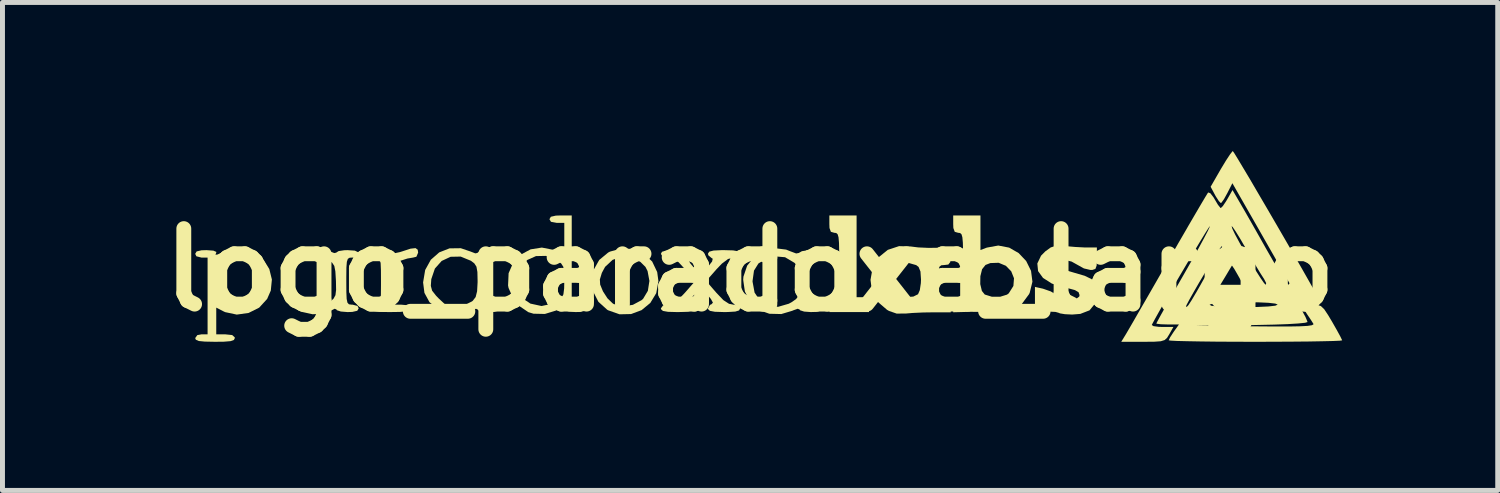
<source format=kicad_pcb>
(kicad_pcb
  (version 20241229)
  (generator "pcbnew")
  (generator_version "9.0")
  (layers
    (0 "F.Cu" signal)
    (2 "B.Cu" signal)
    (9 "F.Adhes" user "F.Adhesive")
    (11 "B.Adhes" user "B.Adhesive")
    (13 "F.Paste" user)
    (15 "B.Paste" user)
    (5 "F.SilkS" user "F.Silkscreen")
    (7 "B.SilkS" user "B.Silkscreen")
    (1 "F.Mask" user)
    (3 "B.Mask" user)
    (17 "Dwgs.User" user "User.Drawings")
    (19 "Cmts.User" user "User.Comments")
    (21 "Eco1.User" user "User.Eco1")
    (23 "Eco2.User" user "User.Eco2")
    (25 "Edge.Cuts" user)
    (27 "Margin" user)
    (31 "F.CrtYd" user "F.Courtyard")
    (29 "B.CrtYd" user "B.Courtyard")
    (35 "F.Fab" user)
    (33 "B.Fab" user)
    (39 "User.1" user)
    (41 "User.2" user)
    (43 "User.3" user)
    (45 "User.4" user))
  (footprint "logo_paradoxa_largo"
    (layer "F.Cu")
    (at 12.09 2.399)
    (property "Reference" "logo_paradoxa_largo" (at 0 0 0) (layer "F.SilkS") (effects (font (size 1.524 1.524) (thickness 0.3))))
    (attr board_only exclude_from_pos_files exclude_from_bom)
    (fp_poly (pts (xy 2.15 0.55) (xy 2.275 0.55) (xy 2.364 0.566) (xy 2.397 0.635) (xy 2.4 0.7) (xy 2.4 0.85) (xy 1.6 0.85) (xy 1.6 0.7) (xy 1.616 0.59) (xy 1.674 0.552) (xy 1.7 0.55) (xy 1.741 0.544) (xy 1.769 0.517) (xy 1.786 0.453) (xy 1.796 0.334) (xy 1.799 0.147) (xy 1.8 -0.1) (xy 1.799 -0.365) (xy 1.795 -0.547) (xy 1.785 -0.66) (xy 1.767 -0.721) (xy 1.738 -0.746) (xy 1.7 -0.75) (xy 1.631 -0.77) (xy 1.603 -0.846) (xy 1.6 -0.925) (xy 1.6 -1.1) (xy 2.15 -1.1)) (stroke (width 0) (type solid)) (fill yes) (layer "F.SilkS"))
    (fp_poly (pts (xy -2.349 -0.42) (xy -2.14 -0.327) (xy -1.976 -0.17) (xy -1.875 0.042) (xy -1.85 0.225) (xy -1.894 0.468) (xy -2.014 0.666) (xy -2.19 0.811) (xy -2.403 0.89) (xy -2.635 0.895) (xy -2.867 0.813) (xy -2.885 0.802) (xy -3.062 0.642) (xy -3.165 0.44) (xy -3.196 0.216) (xy -3.192 0.191) (xy -3.032 0.191) (xy -3.026 0.295) (xy -2.971 0.428) (xy -2.968 0.434) (xy -2.879 0.572) (xy -2.774 0.674) (xy -2.75 0.689) (xy -2.567 0.733) (xy -2.366 0.704) (xy -2.189 0.609) (xy -2.159 0.582) (xy -2.063 0.421) (xy -2.032 0.221) (xy -2.069 0.022) (xy -2.112 -0.062) (xy -2.218 -0.166) (xy -2.362 -0.245) (xy -2.374 -0.25) (xy -2.582 -0.27) (xy -2.775 -0.204) (xy -2.927 -0.062) (xy -2.992 0.059) (xy -3.032 0.191) (xy -3.192 0.191) (xy -3.156 -0.005) (xy -3.045 -0.202) (xy -2.865 -0.351) (xy -2.829 -0.37) (xy -2.585 -0.438)) (stroke (width 0) (type solid)) (fill yes) (layer "F.SilkS"))
    (fp_poly (pts (xy -6.709 -0.409) (xy -6.7 -0.35) (xy -6.735 -0.267) (xy -6.802 -0.25) (xy -6.916 -0.231) (xy -7.059 -0.185) (xy -7.077 -0.178) (xy -7.25 -0.105) (xy -7.25 0.7) (xy -7.05 0.7) (xy -6.911 0.712) (xy -6.854 0.753) (xy -6.85 0.775) (xy -6.868 0.812) (xy -6.934 0.835) (xy -7.066 0.847) (xy -7.275 0.85) (xy -7.487 0.847) (xy -7.618 0.835) (xy -7.683 0.812) (xy -7.7 0.775) (xy -7.657 0.715) (xy -7.575 0.7) (xy -7.517 0.697) (xy -7.481 0.674) (xy -7.461 0.614) (xy -7.452 0.497) (xy -7.45 0.305) (xy -7.45 0.225) (xy -7.451 0.005) (xy -7.457 -0.134) (xy -7.473 -0.21) (xy -7.503 -0.243) (xy -7.554 -0.25) (xy -7.575 -0.25) (xy -7.676 -0.276) (xy -7.7 -0.325) (xy -7.67 -0.375) (xy -7.568 -0.397) (xy -7.479 -0.4) (xy -7.342 -0.39) (xy -7.255 -0.365) (xy -7.242 -0.351) (xy -7.187 -0.335) (xy -7.066 -0.361) (xy -7.025 -0.374) (xy -6.853 -0.43) (xy -6.753 -0.441)) (stroke (width 0) (type solid)) (fill yes) (layer "F.SilkS"))
    (fp_poly (pts (xy 3.241 -0.474) (xy 3.394 -0.455) (xy 3.595 -0.446) (xy 3.737 -0.447) (xy 4.05 -0.457) (xy 4.05 -0.278) (xy 4.041 -0.159) (xy 4.001 -0.109) (xy 3.925 -0.1) (xy 3.858 -0.094) (xy 3.82 -0.062) (xy 3.804 0.019) (xy 3.8 0.172) (xy 3.8 0.225) (xy 3.802 0.4) (xy 3.815 0.497) (xy 3.846 0.54) (xy 3.905 0.55) (xy 3.925 0.55) (xy 4.014 0.566) (xy 4.047 0.633) (xy 4.05 0.703) (xy 4.05 0.855) (xy 3.712 0.855) (xy 3.496 0.858) (xy 3.281 0.868) (xy 3.15 0.879) (xy 2.959 0.881) (xy 2.804 0.827) (xy 2.765 0.805) (xy 2.568 0.636) (xy 2.46 0.427) (xy 2.433 0.218) (xy 2.802 0.218) (xy 2.834 0.378) (xy 2.883 0.459) (xy 2.993 0.522) (xy 3.146 0.549) (xy 3.296 0.537) (xy 3.39 0.49) (xy 3.426 0.407) (xy 3.447 0.266) (xy 3.45 0.192) (xy 3.439 0.031) (xy 3.401 -0.061) (xy 3.353 -0.098) (xy 3.184 -0.146) (xy 3.01 -0.13) (xy 2.891 -0.067) (xy 2.822 0.054) (xy 2.802 0.218) (xy 2.433 0.218) (xy 2.431 0.199) (xy 2.475 -0.052) (xy 2.597 -0.258) (xy 2.78 -0.406) (xy 3.007 -0.481)) (stroke (width 0) (type solid)) (fill yes) (layer "F.SilkS"))
    (fp_poly (pts (xy 6.318 -0.486) (xy 6.371 -0.481) (xy 6.565 -0.464) (xy 6.753 -0.454) (xy 6.812 -0.454) (xy 7 -0.454) (xy 7 -0.227) (xy 6.995 -0.088) (xy 6.97 -0.021) (xy 6.91 -0.001) (xy 6.87 0) (xy 6.738 -0.031) (xy 6.614 -0.1) (xy 6.49 -0.169) (xy 6.363 -0.2) (xy 6.26 -0.191) (xy 6.209 -0.142) (xy 6.209 -0.114) (xy 6.265 -0.047) (xy 6.411 0.017) (xy 6.536 0.054) (xy 6.755 0.118) (xy 6.893 0.185) (xy 6.967 0.268) (xy 6.997 0.387) (xy 7 0.477) (xy 6.963 0.679) (xy 6.852 0.815) (xy 6.665 0.887) (xy 6.502 0.9) (xy 6.355 0.893) (xy 6.254 0.876) (xy 6.232 0.866) (xy 6.166 0.847) (xy 6.037 0.841) (xy 5.974 0.843) (xy 5.75 0.855) (xy 5.75 0.342) (xy 5.912 0.378) (xy 6.069 0.433) (xy 6.194 0.507) (xy 6.321 0.574) (xy 6.458 0.601) (xy 6.576 0.589) (xy 6.644 0.537) (xy 6.65 0.507) (xy 6.63 0.449) (xy 6.556 0.406) (xy 6.408 0.366) (xy 6.344 0.353) (xy 6.092 0.275) (xy 5.913 0.161) (xy 5.813 0.023) (xy 5.798 -0.131) (xy 5.873 -0.288) (xy 5.959 -0.375) (xy 6.069 -0.455) (xy 6.174 -0.488)) (stroke (width 0) (type solid)) (fill yes) (layer "F.SilkS"))
    (fp_poly (pts (xy -3.6 0.7) (xy -3.45 0.7) (xy -3.331 0.722) (xy -3.3 0.775) (xy -3.33 0.825) (xy -3.432 0.847) (xy -3.521 0.85) (xy -3.658 0.839) (xy -3.746 0.812) (xy -3.759 0.797) (xy -3.813 0.778) (xy -3.926 0.822) (xy -4.142 0.888) (xy -4.371 0.883) (xy -4.475 0.852) (xy -4.645 0.737) (xy -4.788 0.561) (xy -4.875 0.363) (xy -4.885 0.313) (xy -4.88 0.206) (xy -4.7 0.206) (xy -4.675 0.424) (xy -4.591 0.574) (xy -4.437 0.677) (xy -4.434 0.679) (xy -4.209 0.728) (xy -3.982 0.679) (xy -3.875 0.621) (xy -3.806 0.564) (xy -3.768 0.492) (xy -3.753 0.373) (xy -3.75 0.219) (xy -3.753 0.043) (xy -3.77 -0.064) (xy -3.814 -0.132) (xy -3.894 -0.192) (xy -3.913 -0.203) (xy -4.119 -0.284) (xy -4.321 -0.28) (xy -4.498 -0.201) (xy -4.63 -0.059) (xy -4.696 0.138) (xy -4.7 0.206) (xy -4.88 0.206) (xy -4.874 0.066) (xy -4.782 -0.145) (xy -4.629 -0.31) (xy -4.43 -0.416) (xy -4.203 -0.452) (xy -3.966 -0.405) (xy -3.898 -0.374) (xy -3.75 -0.297) (xy -3.75 -0.95) (xy -3.9 -0.95) (xy -4.019 -0.972) (xy -4.05 -1.025) (xy -4.021 -1.074) (xy -3.92 -1.097) (xy -3.825 -1.1) (xy -3.6 -1.1)) (stroke (width 0) (type solid)) (fill yes) (layer "F.SilkS"))
    (fp_poly (pts (xy 4.65 -0.402) (xy 4.778 -0.451) (xy 5.01 -0.493) (xy 5.229 -0.451) (xy 5.421 -0.341) (xy 5.573 -0.18) (xy 5.671 0.018) (xy 5.699 0.237) (xy 5.644 0.461) (xy 5.63 0.49) (xy 5.468 0.709) (xy 5.258 0.844) (xy 5.091 0.886) (xy 4.951 0.892) (xy 4.855 0.881) (xy 4.839 0.873) (xy 4.774 0.856) (xy 4.638 0.846) (xy 4.46 0.845) (xy 4.451 0.845) (xy 4.1 0.854) (xy 4.1 0.702) (xy 4.115 0.591) (xy 4.172 0.552) (xy 4.2 0.55) (xy 4.241 0.544) (xy 4.269 0.517) (xy 4.286 0.453) (xy 4.296 0.334) (xy 4.296 0.286) (xy 4.646 0.286) (xy 4.679 0.424) (xy 4.737 0.496) (xy 4.882 0.541) (xy 5.047 0.541) (xy 5.186 0.498) (xy 5.221 0.472) (xy 5.315 0.323) (xy 5.327 0.168) (xy 5.271 0.027) (xy 5.163 -0.084) (xy 5.017 -0.145) (xy 4.849 -0.139) (xy 4.752 -0.101) (xy 4.683 -0.015) (xy 4.648 0.127) (xy 4.646 0.286) (xy 4.296 0.286) (xy 4.299 0.147) (xy 4.3 -0.1) (xy 4.299 -0.365) (xy 4.295 -0.547) (xy 4.285 -0.66) (xy 4.267 -0.721) (xy 4.238 -0.746) (xy 4.2 -0.75) (xy 4.131 -0.77) (xy 4.103 -0.846) (xy 4.1 -0.925) (xy 4.1 -1.1) (xy 4.65 -1.1)) (stroke (width 0) (type solid)) (fill yes) (layer "F.SilkS"))
    (fp_poly (pts (xy 0.728 -0.411) (xy 0.807 -0.379) (xy 0.93 -0.333) (xy 0.989 -0.344) (xy 0.991 -0.348) (xy 1.047 -0.379) (xy 1.167 -0.398) (xy 1.229 -0.4) (xy 1.376 -0.39) (xy 1.442 -0.355) (xy 1.45 -0.325) (xy 1.405 -0.265) (xy 1.3 -0.25) (xy 1.15 -0.25) (xy 1.15 0.7) (xy 1.3 0.7) (xy 1.419 0.722) (xy 1.45 0.775) (xy 1.421 0.824) (xy 1.32 0.847) (xy 1.225 0.85) (xy 1.091 0.84) (xy 1.01 0.814) (xy 1 0.799) (xy 0.962 0.783) (xy 0.866 0.817) (xy 0.852 0.824) (xy 0.63 0.89) (xy 0.389 0.884) (xy 0.174 0.807) (xy 0.171 0.806) (xy 0.003 0.649) (xy -0.105 0.435) (xy -0.134 0.236) (xy 0.05 0.236) (xy 0.091 0.457) (xy 0.202 0.622) (xy 0.366 0.72) (xy 0.565 0.744) (xy 0.78 0.682) (xy 0.838 0.651) (xy 0.928 0.588) (xy 0.977 0.522) (xy 0.996 0.419) (xy 1 0.253) (xy 0.992 0.067) (xy 0.963 -0.051) (xy 0.905 -0.135) (xy 0.893 -0.146) (xy 0.706 -0.257) (xy 0.491 -0.275) (xy 0.334 -0.232) (xy 0.169 -0.131) (xy 0.079 0.013) (xy 0.05 0.222) (xy 0.05 0.236) (xy -0.134 0.236) (xy -0.139 0.197) (xy -0.134 0.135) (xy -0.059 -0.087) (xy 0.086 -0.265) (xy 0.281 -0.386) (xy 0.502 -0.439)) (stroke (width 0) (type solid)) (fill yes) (layer "F.SilkS"))
    (fp_poly (pts (xy -10.175 -0.43) (xy -9.978 -0.344) (xy -9.817 -0.202) (xy -9.704 -0.018) (xy -9.652 0.193) (xy -9.674 0.416) (xy -9.748 0.585) (xy -9.909 0.761) (xy -10.123 0.868) (xy -10.361 0.901) (xy -10.596 0.851) (xy -10.64 0.83) (xy -10.775 0.76) (xy -10.775 1.3) (xy -10.588 1.3) (xy -10.453 1.314) (xy -10.402 1.36) (xy -10.4 1.375) (xy -10.419 1.413) (xy -10.487 1.437) (xy -10.623 1.448) (xy -10.8 1.45) (xy -11.005 1.446) (xy -11.128 1.434) (xy -11.187 1.408) (xy -11.2 1.375) (xy -11.157 1.315) (xy -11.075 1.3) (xy -10.95 1.3) (xy -10.95 0.428) (xy -10.768 0.428) (xy -10.753 0.533) (xy -10.711 0.598) (xy -10.632 0.656) (xy -10.625 0.661) (xy -10.444 0.726) (xy -10.241 0.727) (xy -10.059 0.667) (xy -9.998 0.623) (xy -9.873 0.452) (xy -9.828 0.256) (xy -9.858 0.06) (xy -9.959 -0.111) (xy -10.128 -0.229) (xy -10.128 -0.23) (xy -10.354 -0.288) (xy -10.535 -0.258) (xy -10.666 -0.143) (xy -10.745 0.054) (xy -10.767 0.255) (xy -10.768 0.428) (xy -10.95 0.428) (xy -10.95 -0.25) (xy -11.075 -0.25) (xy -11.176 -0.276) (xy -11.2 -0.325) (xy -11.171 -0.374) (xy -11.072 -0.397) (xy -10.972 -0.4) (xy -10.833 -0.39) (xy -10.773 -0.364) (xy -10.775 -0.35) (xy -10.791 -0.307) (xy -10.749 -0.312) (xy -10.635 -0.366) (xy -10.618 -0.375) (xy -10.392 -0.445)) (stroke (width 0) (type solid)) (fill yes) (layer "F.SilkS"))
    (fp_poly (pts (xy -8.591 -0.42) (xy -8.488 -0.378) (xy -8.393 -0.341) (xy -8.35 -0.35) (xy -8.35 -0.353) (xy -8.305 -0.381) (xy -8.192 -0.398) (xy -8.125 -0.4) (xy -7.977 -0.39) (xy -7.909 -0.357) (xy -7.9 -0.325) (xy -7.943 -0.265) (xy -8.025 -0.25) (xy -8.083 -0.247) (xy -8.119 -0.224) (xy -8.139 -0.164) (xy -8.148 -0.047) (xy -8.15 0.145) (xy -8.15 0.225) (xy -8.149 0.445) (xy -8.143 0.584) (xy -8.127 0.66) (xy -8.097 0.693) (xy -8.046 0.7) (xy -8.025 0.7) (xy -7.924 0.726) (xy -7.9 0.775) (xy -7.929 0.824) (xy -8.03 0.847) (xy -8.125 0.85) (xy -8.26 0.839) (xy -8.34 0.813) (xy -8.35 0.797) (xy -8.384 0.783) (xy -8.461 0.822) (xy -8.625 0.885) (xy -8.83 0.894) (xy -9.036 0.849) (xy -9.135 0.802) (xy -9.313 0.642) (xy -9.417 0.44) (xy -9.448 0.225) (xy -9.275 0.225) (xy -9.264 0.385) (xy -9.216 0.495) (xy -9.112 0.604) (xy -8.918 0.722) (xy -8.716 0.746) (xy -8.522 0.675) (xy -8.48 0.645) (xy -8.408 0.58) (xy -8.369 0.509) (xy -8.356 0.402) (xy -8.359 0.228) (xy -8.36 0.207) (xy -8.371 0.028) (xy -8.392 -0.08) (xy -8.435 -0.146) (xy -8.515 -0.2) (xy -8.553 -0.22) (xy -8.747 -0.285) (xy -8.932 -0.259) (xy -9.123 -0.139) (xy -9.135 -0.129) (xy -9.226 -0.031) (xy -9.267 0.083) (xy -9.275 0.225) (xy -9.448 0.225) (xy -9.449 0.217) (xy -9.41 -0.003) (xy -9.3 -0.199) (xy -9.121 -0.348) (xy -9.086 -0.367) (xy -8.83 -0.442)) (stroke (width 0) (type solid)) (fill yes) (layer "F.SilkS"))
    (fp_poly (pts (xy -5.648 -0.374) (xy -5.546 -0.335) (xy -5.501 -0.344) (xy -5.5 -0.349) (xy -5.455 -0.379) (xy -5.342 -0.398) (xy -5.275 -0.4) (xy -5.127 -0.39) (xy -5.059 -0.357) (xy -5.05 -0.325) (xy -5.093 -0.265) (xy -5.175 -0.25) (xy -5.233 -0.247) (xy -5.269 -0.224) (xy -5.289 -0.164) (xy -5.298 -0.047) (xy -5.3 0.145) (xy -5.3 0.225) (xy -5.299 0.445) (xy -5.293 0.584) (xy -5.277 0.66) (xy -5.247 0.693) (xy -5.196 0.7) (xy -5.175 0.7) (xy -5.074 0.726) (xy -5.05 0.775) (xy -5.079 0.824) (xy -5.18 0.847) (xy -5.275 0.85) (xy -5.41 0.839) (xy -5.49 0.813) (xy -5.5 0.797) (xy -5.534 0.783) (xy -5.611 0.822) (xy -5.774 0.885) (xy -5.979 0.894) (xy -6.183 0.851) (xy -6.282 0.804) (xy -6.471 0.65) (xy -6.573 0.463) (xy -6.591 0.322) (xy -6.444 0.322) (xy -6.418 0.418) (xy -6.339 0.519) (xy -6.28 0.58) (xy -6.162 0.689) (xy -6.068 0.738) (xy -5.959 0.743) (xy -5.895 0.736) (xy -5.739 0.697) (xy -5.614 0.635) (xy -5.596 0.621) (xy -5.539 0.546) (xy -5.51 0.431) (xy -5.5 0.248) (xy -5.5 0.218) (xy -5.504 0.041) (xy -5.523 -0.066) (xy -5.567 -0.134) (xy -5.634 -0.185) (xy -5.841 -0.27) (xy -6.045 -0.266) (xy -6.225 -0.182) (xy -6.362 -0.028) (xy -6.435 0.187) (xy -6.435 0.191) (xy -6.444 0.322) (xy -6.591 0.322) (xy -6.6 0.251) (xy -6.558 0.000287) (xy -6.444 -0.206) (xy -6.274 -0.355) (xy -6.067 -0.436) (xy -5.839 -0.439)) (stroke (width 0) (type solid)) (fill yes) (layer "F.SilkS"))
    (fp_poly (pts (xy -0.343 -0.395) (xy -0.241 -0.377) (xy -0.202 -0.342) (xy -0.2 -0.325) (xy -0.244 -0.265) (xy -0.335 -0.25) (xy -0.445 -0.221) (xy -0.57 -0.127) (xy -0.678 -0.014) (xy -0.886 0.223) (xy -0.68 0.461) (xy -0.539 0.609) (xy -0.425 0.683) (xy -0.338 0.7) (xy -0.228 0.724) (xy -0.2 0.775) (xy -0.222 0.817) (xy -0.299 0.84) (xy -0.451 0.849) (xy -0.525 0.85) (xy -0.71 0.844) (xy -0.812 0.825) (xy -0.849 0.789) (xy -0.85 0.779) (xy -0.809 0.705) (xy -0.778 0.691) (xy -0.75 0.66) (xy -0.791 0.585) (xy -0.848 0.517) (xy -0.99 0.36) (xy -1.155 0.53) (xy -1.248 0.635) (xy -1.269 0.688) (xy -1.235 0.7) (xy -1.162 0.736) (xy -1.15 0.775) (xy -1.172 0.817) (xy -1.249 0.84) (xy -1.401 0.849) (xy -1.475 0.85) (xy -1.657 0.845) (xy -1.759 0.827) (xy -1.798 0.792) (xy -1.8 0.775) (xy -1.756 0.715) (xy -1.663 0.7) (xy -1.555 0.675) (xy -1.437 0.588) (xy -1.318 0.463) (xy -1.111 0.226) (xy -1.31 -0.012) (xy -1.443 -0.156) (xy -1.55 -0.229) (xy -1.655 -0.25) (xy -1.77 -0.273) (xy -1.8 -0.325) (xy -1.778 -0.367) (xy -1.701 -0.39) (xy -1.549 -0.399) (xy -1.475 -0.4) (xy -1.29 -0.394) (xy -1.188 -0.375) (xy -1.151 -0.339) (xy -1.15 -0.329) (xy -1.191 -0.255) (xy -1.222 -0.241) (xy -1.249 -0.209) (xy -1.207 -0.133) (xy -1.147 -0.062) (xy -1 0.102) (xy -0.853 -0.062) (xy -0.767 -0.17) (xy -0.754 -0.227) (xy -0.778 -0.241) (xy -0.843 -0.296) (xy -0.85 -0.329) (xy -0.825 -0.369) (xy -0.738 -0.392) (xy -0.572 -0.4) (xy -0.525 -0.4)) (stroke (width 0) (type solid)) (fill yes) (layer "F.SilkS"))
    (fp_poly (pts (xy 9.773 -2.358) (xy 9.845 -2.241) (xy 9.952 -2.062) (xy 10.089 -1.833) (xy 10.246 -1.564) (xy 10.419 -1.269) (xy 10.599 -0.96) (xy 10.78 -0.648) (xy 10.955 -0.345) (xy 11.117 -0.064) (xy 11.258 0.184) (xy 11.372 0.386) (xy 11.452 0.53) (xy 11.491 0.605) (xy 11.492 0.608) (xy 11.457 0.632) (xy 11.351 0.648) (xy 11.274 0.65) (xy 11.04 0.65) (xy 11.145 0.828) (xy 11.211 0.95) (xy 11.248 1.038) (xy 11.25 1.052) (xy 11.202 1.066) (xy 11.066 1.08) (xy 10.855 1.093) (xy 10.58 1.103) (xy 10.253 1.11) (xy 10.113 1.113) (xy 8.975 1.127) (xy 10.19 1.138) (xy 10.582 1.141) (xy 10.884 1.141) (xy 11.104 1.137) (xy 11.252 1.129) (xy 11.338 1.116) (xy 11.371 1.099) (xy 11.37 1.087) (xy 11.317 1.003) (xy 11.242 0.892) (xy 11.17 0.778) (xy 11.169 0.721) (xy 11.249 0.702) (xy 11.348 0.7) (xy 11.449 0.704) (xy 11.522 0.729) (xy 11.588 0.792) (xy 11.668 0.912) (xy 11.748 1.046) (xy 11.842 1.211) (xy 11.913 1.341) (xy 11.948 1.414) (xy 11.95 1.421) (xy 11.902 1.428) (xy 11.765 1.434) (xy 11.551 1.439) (xy 11.271 1.444) (xy 10.936 1.447) (xy 10.557 1.449) (xy 10.2 1.45) (xy 9.793 1.449) (xy 9.419 1.447) (xy 9.091 1.443) (xy 8.818 1.438) (xy 8.613 1.433) (xy 8.487 1.426) (xy 8.45 1.42) (xy 8.476 1.363) (xy 8.541 1.263) (xy 8.553 1.245) (xy 8.657 1.1) (xy 8.428 1.1) (xy 8.293 1.096) (xy 8.211 1.086) (xy 8.2 1.08) (xy 8.224 1.033) (xy 8.29 0.912) (xy 8.391 0.731) (xy 8.8 0.731) (xy 8.811 0.749) (xy 8.846 0.712) (xy 8.854 0.7) (xy 9.275 0.7) (xy 9.309 0.722) (xy 9.439 0.738) (xy 9.662 0.747) (xy 9.947 0.75) (xy 10.24 0.747) (xy 10.461 0.737) (xy 10.601 0.721) (xy 10.65 0.7) (xy 10.65 0.7) (xy 10.602 0.679) (xy 10.463 0.663) (xy 10.245 0.653) (xy 9.978 0.65) (xy 9.707 0.654) (xy 9.49 0.664) (xy 9.341 0.679) (xy 9.276 0.699) (xy 9.275 0.7) (xy 8.854 0.7) (xy 8.912 0.611) (xy 9.015 0.437) (xy 9.093 0.3) (xy 9.492 0.3) (xy 9.956 0.3) (xy 9.844 0.101) (xy 9.777 -0.015) (xy 9.733 -0.081) (xy 9.725 -0.087) (xy 9.697 -0.041) (xy 9.636 0.061) (xy 9.605 0.113) (xy 9.492 0.3) (xy 9.093 0.3) (xy 9.128 0.237) (xy 9.25 0.022) (xy 9.361 -0.172) (xy 9.447 -0.323) (xy 9.493 -0.4) (xy 9.529 -0.472) (xy 9.517 -0.478) (xy 9.514 -0.475) (xy 9.474 -0.42) (xy 9.397 -0.299) (xy 9.295 -0.133) (xy 9.18 0.059) (xy 9.062 0.258) (xy 8.954 0.445) (xy 8.867 0.599) (xy 8.813 0.701) (xy 8.8 0.731) (xy 8.391 0.731) (xy 8.392 0.729) (xy 8.523 0.498) (xy 8.675 0.23) (xy 8.751 0.098) (xy 8.91 -0.182) (xy 9.049 -0.431) (xy 9.161 -0.638) (xy 9.24 -0.789) (xy 9.279 -0.873) (xy 9.282 -0.885) (xy 9.254 -0.849) (xy 9.185 -0.74) (xy 9.083 -0.573) (xy 8.957 -0.364) (xy 8.816 -0.125) (xy 8.667 0.127) (xy 8.52 0.379) (xy 8.383 0.615) (xy 8.265 0.823) (xy 8.174 0.986) (xy 8.118 1.09) (xy 8.108 1.111) (xy 8.143 1.134) (xy 8.248 1.148) (xy 8.319 1.15) (xy 8.545 1.15) (xy 8.46 1.3) (xy 8.416 1.371) (xy 8.367 1.415) (xy 8.29 1.439) (xy 8.162 1.448) (xy 7.959 1.45) (xy 7.933 1.45) (xy 7.492 1.45) (xy 7.591 1.288) (xy 7.64 1.204) (xy 7.732 1.046) (xy 7.859 0.825) (xy 8.015 0.555) (xy 8.192 0.247) (xy 8.383 -0.086) (xy 8.449 -0.2) (xy 8.639 -0.532) (xy 8.815 -0.835) (xy 8.844 -0.886) (xy 9.719 -0.886) (xy 9.733 -0.835) (xy 9.788 -0.72) (xy 9.875 -0.558) (xy 9.981 -0.37) (xy 10.095 -0.174) (xy 10.206 0.01) (xy 10.304 0.164) (xy 10.375 0.266) (xy 10.409 0.3) (xy 10.417 0.265) (xy 10.373 0.179) (xy 10.362 0.163) (xy 10.297 0.061) (xy 10.199 -0.102) (xy 10.083 -0.301) (xy 10.003 -0.44) (xy 9.894 -0.628) (xy 9.803 -0.775) (xy 9.741 -0.866) (xy 9.719 -0.886) (xy 8.844 -0.886) (xy 8.969 -1.1) (xy 9.095 -1.315) (xy 9.187 -1.47) (xy 9.238 -1.553) (xy 9.246 -1.564) (xy 9.289 -1.55) (xy 9.354 -1.467) (xy 9.378 -1.426) (xy 9.444 -1.315) (xy 9.493 -1.254) (xy 9.502 -1.25) (xy 9.542 -1.289) (xy 9.608 -1.387) (xy 9.634 -1.431) (xy 9.738 -1.613) (xy 9.909 -1.319) (xy 9.997 -1.167) (xy 10.12 -0.952) (xy 10.262 -0.702) (xy 10.41 -0.439) (xy 10.453 -0.364) (xy 10.585 -0.134) (xy 10.701 0.061) (xy 10.793 0.206) (xy 10.852 0.287) (xy 10.865 0.299) (xy 10.888 0.27) (xy 10.885 0.263) (xy 10.855 0.21) (xy 10.783 0.084) (xy 10.676 -0.104) (xy 10.541 -0.34) (xy 10.386 -0.612) (xy 10.3 -0.763) (xy 9.735 -1.751) (xy 9.633 -1.551) (xy 9.566 -1.43) (xy 9.515 -1.359) (xy 9.502 -1.35) (xy 9.462 -1.39) (xy 9.399 -1.487) (xy 9.384 -1.515) (xy 9.296 -1.679) (xy 9.504 -2.04) (xy 9.603 -2.204) (xy 9.685 -2.329) (xy 9.736 -2.394) (xy 9.744 -2.399)) (stroke (width 0) (type solid)) (fill yes) (layer "F.SilkS")))
  (gr_rect
    (start -3 -3)
    (end 27.181 6.849)
    (stroke (width 0.1) (type default))
    (fill no)
    (layer "Edge.Cuts")))
</source>
